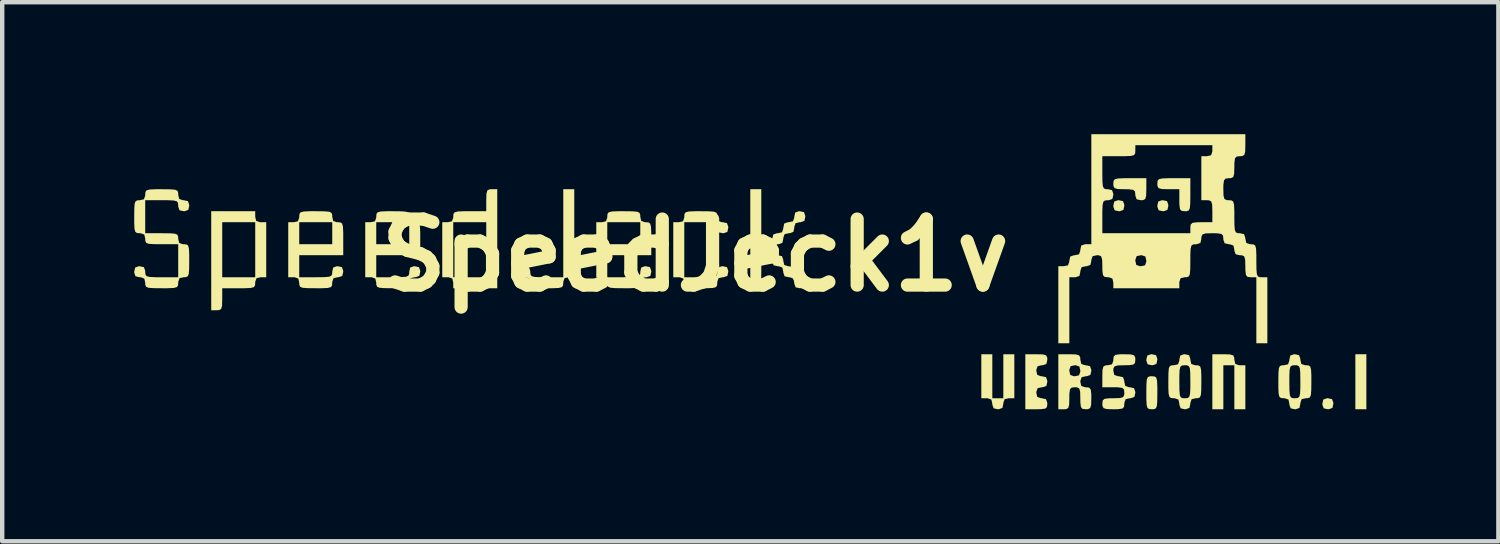
<source format=kicad_pcb>
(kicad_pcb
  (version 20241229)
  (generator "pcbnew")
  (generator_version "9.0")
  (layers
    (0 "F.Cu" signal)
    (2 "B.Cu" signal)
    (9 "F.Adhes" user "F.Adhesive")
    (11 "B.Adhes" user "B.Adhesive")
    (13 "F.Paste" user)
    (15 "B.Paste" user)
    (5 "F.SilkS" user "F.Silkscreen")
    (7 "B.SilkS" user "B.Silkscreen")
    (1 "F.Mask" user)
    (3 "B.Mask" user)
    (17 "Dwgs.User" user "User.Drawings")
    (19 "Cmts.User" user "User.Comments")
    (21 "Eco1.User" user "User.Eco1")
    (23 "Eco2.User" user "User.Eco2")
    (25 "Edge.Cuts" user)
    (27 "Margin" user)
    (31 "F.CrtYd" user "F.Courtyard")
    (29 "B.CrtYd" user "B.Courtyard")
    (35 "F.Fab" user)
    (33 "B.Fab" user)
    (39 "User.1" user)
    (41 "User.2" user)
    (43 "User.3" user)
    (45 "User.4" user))
  (footprint "SpeedJeck1v"
    (layer "F.Cu")
    (at 12.75 2.75)
    (property "Reference" "SpeedJeck1v" (at 0 0 0) (layer "F.SilkS") (effects (font (size 1.5 1.5) (thickness 0.3))))
    (attr board_only exclude_from_pos_files exclude_from_bom)
    (fp_poly (pts (xy 15.25 2.875) (xy 15.25 3.5) (xy 15.125 3.5) (xy 15 3.5) (xy 15 2.875) (xy 15 2.25) (xy 15.125 2.25) (xy 15.25 2.25)) (stroke (width 0) (type solid)) (fill yes) (layer "F.SilkS"))
    (fp_poly (pts (xy 9.72 -1.229) (xy 9.749 -1.148) (xy 9.75 -1.125) (xy 9.729 -1.03) (xy 9.648 -1.001) (xy 9.625 -1) (xy 9.53 -1.021) (xy 9.501 -1.102) (xy 9.5 -1.125) (xy 9.521 -1.22) (xy 9.602 -1.249) (xy 9.625 -1.25)) (stroke (width 0) (type solid)) (fill yes) (layer "F.SilkS"))
    (fp_poly (pts (xy 10.47 2.271) (xy 10.499 2.352) (xy 10.5 2.375) (xy 10.479 2.47) (xy 10.398 2.499) (xy 10.375 2.5) (xy 10.28 2.479) (xy 10.251 2.398) (xy 10.25 2.375) (xy 10.271 2.28) (xy 10.352 2.251) (xy 10.375 2.25)) (stroke (width 0) (type solid)) (fill yes) (layer "F.SilkS"))
    (fp_poly (pts (xy 10.72 -1.229) (xy 10.749 -1.148) (xy 10.75 -1.125) (xy 10.729 -1.03) (xy 10.648 -1.001) (xy 10.625 -1) (xy 10.53 -1.021) (xy 10.501 -1.102) (xy 10.5 -1.125) (xy 10.521 -1.22) (xy 10.602 -1.249) (xy 10.625 -1.25)) (stroke (width 0) (type solid)) (fill yes) (layer "F.SilkS"))
    (fp_poly (pts (xy 14.47 3.271) (xy 14.499 3.352) (xy 14.5 3.375) (xy 14.479 3.47) (xy 14.398 3.499) (xy 14.375 3.5) (xy 14.28 3.479) (xy 14.251 3.398) (xy 14.25 3.375) (xy 14.271 3.28) (xy 14.352 3.251) (xy 14.375 3.25)) (stroke (width 0) (type solid)) (fill yes) (layer "F.SilkS"))
    (fp_poly (pts (xy 10.439 2.755) (xy 10.476 2.783) (xy 10.494 2.855) (xy 10.5 2.993) (xy 10.5 3.125) (xy 10.498 3.316) (xy 10.489 3.428) (xy 10.465 3.481) (xy 10.419 3.499) (xy 10.375 3.5) (xy 10.311 3.495) (xy 10.274 3.467) (xy 10.256 3.395) (xy 10.25 3.257) (xy 10.25 3.125) (xy 10.252 2.934) (xy 10.261 2.822) (xy 10.285 2.769) (xy 10.331 2.751) (xy 10.375 2.75)) (stroke (width 0) (type solid)) (fill yes) (layer "F.SilkS"))
    (fp_poly (pts (xy 10.25 -1.5) (xy 10.246 -1.352) (xy 10.225 -1.278) (xy 10.175 -1.252) (xy 10.125 -1.25) (xy 10.03 -1.271) (xy 10.001 -1.352) (xy 10 -1.375) (xy 9.992 -1.449) (xy 9.951 -1.486) (xy 9.85 -1.499) (xy 9.75 -1.5) (xy 9.602 -1.504) (xy 9.528 -1.525) (xy 9.502 -1.575) (xy 9.5 -1.625) (xy 9.505 -1.689) (xy 9.533 -1.726) (xy 9.605 -1.744) (xy 9.743 -1.75) (xy 9.875 -1.75) (xy 10.25 -1.75)) (stroke (width 0) (type solid)) (fill yes) (layer "F.SilkS"))
    (fp_poly (pts (xy 11.25 -1.375) (xy 11.248 -1.184) (xy 11.239 -1.072) (xy 11.215 -1.019) (xy 11.169 -1.001) (xy 11.125 -1) (xy 11.051 -1.008) (xy 11.014 -1.049) (xy 11.001 -1.15) (xy 11 -1.25) (xy 11 -1.5) (xy 10.75 -1.5) (xy 10.602 -1.504) (xy 10.528 -1.525) (xy 10.502 -1.575) (xy 10.5 -1.625) (xy 10.505 -1.689) (xy 10.533 -1.726) (xy 10.605 -1.744) (xy 10.743 -1.75) (xy 10.875 -1.75) (xy 11.25 -1.75)) (stroke (width 0) (type solid)) (fill yes) (layer "F.SilkS"))
    (fp_poly (pts (xy 12.148 2.254) (xy 12.222 2.275) (xy 12.248 2.325) (xy 12.25 2.375) (xy 12.271 2.47) (xy 12.352 2.499) (xy 12.375 2.5) (xy 12.5 2.5) (xy 12.5 3) (xy 12.5 3.5) (xy 12.375 3.5) (xy 12.25 3.5) (xy 12.25 3) (xy 12.25 2.5) (xy 12.125 2.5) (xy 12 2.5) (xy 12 3) (xy 12 3.5) (xy 11.875 3.5) (xy 11.75 3.5) (xy 11.75 2.875) (xy 11.75 2.25) (xy 12 2.25)) (stroke (width 0) (type solid)) (fill yes) (layer "F.SilkS"))
    (fp_poly (pts (xy 6.75 2.75) (xy 6.75 3.25) (xy 6.875 3.25) (xy 7 3.25) (xy 7 2.75) (xy 7 2.25) (xy 7.125 2.25) (xy 7.25 2.25) (xy 7.25 2.75) (xy 7.25 3.25) (xy 7.125 3.25) (xy 7.03 3.271) (xy 7.001 3.352) (xy 7 3.375) (xy 6.979 3.47) (xy 6.898 3.499) (xy 6.875 3.5) (xy 6.78 3.479) (xy 6.751 3.398) (xy 6.75 3.375) (xy 6.729 3.28) (xy 6.648 3.251) (xy 6.625 3.25) (xy 6.5 3.25) (xy 6.5 2.75) (xy 6.5 2.25) (xy 6.625 2.25) (xy 6.75 2.25)) (stroke (width 0) (type solid)) (fill yes) (layer "F.SilkS"))
    (fp_poly (pts (xy 7.898 2.254) (xy 7.972 2.275) (xy 7.998 2.325) (xy 8 2.375) (xy 7.979 2.47) (xy 7.898 2.499) (xy 7.875 2.5) (xy 7.78 2.521) (xy 7.751 2.602) (xy 7.75 2.625) (xy 7.771 2.72) (xy 7.852 2.749) (xy 7.875 2.75) (xy 7.97 2.771) (xy 7.999 2.852) (xy 8 2.875) (xy 7.979 2.97) (xy 7.898 2.999) (xy 7.875 3) (xy 7.78 3.021) (xy 7.751 3.102) (xy 7.75 3.125) (xy 7.771 3.22) (xy 7.852 3.249) (xy 7.875 3.25) (xy 7.97 3.271) (xy 7.999 3.352) (xy 8 3.375) (xy 7.992 3.449) (xy 7.951 3.486) (xy 7.85 3.499) (xy 7.75 3.5) (xy 7.5 3.5) (xy 7.5 2.875) (xy 7.5 2.25) (xy 7.75 2.25)) (stroke (width 0) (type solid)) (fill yes) (layer "F.SilkS"))
    (fp_poly (pts (xy -4.5 -0.375) (xy -4.5 0.75) (xy -5 0.75) (xy -5.5 0.75) (xy -5.5 0.625) (xy -5.521 0.53) (xy -5.602 0.501) (xy -5.625 0.5) (xy -5.75 0.5) (xy -5.75 -0.125) (xy -5.5 -0.125) (xy -5.5 0.5) (xy -5.125 0.5) (xy -4.75 0.5) (xy -4.75 -0.125) (xy -4.75 -0.75) (xy -5.125 -0.75) (xy -5.5 -0.75) (xy -5.5 -0.125) (xy -5.75 -0.125) (xy -5.75 -0.75) (xy -5.625 -0.75) (xy -5.53 -0.771) (xy -5.501 -0.852) (xy -5.5 -0.875) (xy -5.495 -0.939) (xy -5.467 -0.976) (xy -5.395 -0.994) (xy -5.257 -1) (xy -5.125 -1) (xy -4.75 -1) (xy -4.75 -1.25) (xy -4.746 -1.398) (xy -4.725 -1.472) (xy -4.675 -1.498) (xy -4.625 -1.5) (xy -4.5 -1.5)) (stroke (width 0) (type solid)) (fill yes) (layer "F.SilkS"))
    (fp_poly (pts (xy -10 -0.875) (xy -9.979 -0.78) (xy -9.898 -0.751) (xy -9.875 -0.75) (xy -9.75 -0.75) (xy -9.75 -0.125) (xy -9.75 0.5) (xy -9.875 0.5) (xy -9.97 0.521) (xy -9.999 0.602) (xy -10 0.625) (xy -10.005 0.689) (xy -10.033 0.726) (xy -10.105 0.744) (xy -10.243 0.75) (xy -10.375 0.75) (xy -10.75 0.75) (xy -10.75 1) (xy -10.754 1.148) (xy -10.775 1.222) (xy -10.825 1.248) (xy -10.875 1.25) (xy -11 1.25) (xy -11 0.125) (xy -11 -0.125) (xy -10.75 -0.125) (xy -10.75 0.5) (xy -10.375 0.5) (xy -10 0.5) (xy -10 -0.125) (xy -10 -0.75) (xy -10.375 -0.75) (xy -10.75 -0.75) (xy -10.75 -0.125) (xy -11 -0.125) (xy -11 -1) (xy -10.5 -1) (xy -10 -1)) (stroke (width 0) (type solid)) (fill yes) (layer "F.SilkS"))
    (fp_poly (pts (xy -2.75 -0.5) (xy -2.75 0.5) (xy -2.875 0.5) (xy -2.97 0.521) (xy -2.999 0.602) (xy -3 0.625) (xy -3.005 0.689) (xy -3.033 0.726) (xy -3.105 0.744) (xy -3.243 0.75) (xy -3.375 0.75) (xy -3.566 0.748) (xy -3.678 0.739) (xy -3.731 0.715) (xy -3.749 0.669) (xy -3.75 0.625) (xy -3.771 0.53) (xy -3.852 0.501) (xy -3.875 0.5) (xy -3.97 0.479) (xy -3.999 0.398) (xy -4 0.375) (xy -3.979 0.28) (xy -3.898 0.251) (xy -3.875 0.25) (xy -3.78 0.271) (xy -3.751 0.352) (xy -3.75 0.375) (xy -3.745 0.439) (xy -3.717 0.476) (xy -3.645 0.494) (xy -3.507 0.5) (xy -3.375 0.5) (xy -3 0.5) (xy -3 -0.5) (xy -3 -1.5) (xy -2.875 -1.5) (xy -2.75 -1.5)) (stroke (width 0) (type solid)) (fill yes) (layer "F.SilkS"))
    (fp_poly (pts (xy 8.648 2.254) (xy 8.722 2.275) (xy 8.748 2.325) (xy 8.75 2.375) (xy 8.771 2.47) (xy 8.852 2.499) (xy 8.875 2.5) (xy 8.97 2.521) (xy 8.999 2.602) (xy 9 2.625) (xy 8.979 2.72) (xy 8.898 2.749) (xy 8.875 2.75) (xy 8.78 2.771) (xy 8.751 2.852) (xy 8.75 2.875) (xy 8.771 2.97) (xy 8.852 2.999) (xy 8.875 3) (xy 8.949 3.008) (xy 8.986 3.049) (xy 8.999 3.15) (xy 9 3.25) (xy 8.996 3.398) (xy 8.975 3.472) (xy 8.925 3.498) (xy 8.875 3.5) (xy 8.801 3.492) (xy 8.764 3.451) (xy 8.751 3.35) (xy 8.75 3.25) (xy 8.746 3.102) (xy 8.725 3.028) (xy 8.675 3.002) (xy 8.625 3) (xy 8.551 3.008) (xy 8.514 3.049) (xy 8.501 3.15) (xy 8.5 3.25) (xy 8.496 3.398) (xy 8.475 3.472) (xy 8.425 3.498) (xy 8.375 3.5) (xy 8.25 3.5) (xy 8.25 2.875) (xy 8.25 2.625) (xy 8.5 2.625) (xy 8.521 2.72) (xy 8.602 2.749) (xy 8.625 2.75) (xy 8.72 2.729) (xy 8.749 2.648) (xy 8.75 2.625) (xy 8.729 2.53) (xy 8.648 2.501) (xy 8.625 2.5) (xy 8.53 2.521) (xy 8.501 2.602) (xy 8.5 2.625) (xy 8.25 2.625) (xy 8.25 2.25) (xy 8.5 2.25)) (stroke (width 0) (type solid)) (fill yes) (layer "F.SilkS"))
    (fp_poly (pts (xy 9.898 2.254) (xy 9.972 2.275) (xy 9.998 2.325) (xy 10 2.375) (xy 9.992 2.449) (xy 9.951 2.486) (xy 9.85 2.499) (xy 9.75 2.5) (xy 9.602 2.504) (xy 9.528 2.525) (xy 9.502 2.575) (xy 9.5 2.625) (xy 9.521 2.72) (xy 9.602 2.749) (xy 9.625 2.75) (xy 9.72 2.771) (xy 9.749 2.852) (xy 9.75 2.875) (xy 9.771 2.97) (xy 9.852 2.999) (xy 9.875 3) (xy 9.97 3.021) (xy 9.999 3.102) (xy 10 3.125) (xy 9.979 3.22) (xy 9.898 3.249) (xy 9.875 3.25) (xy 9.78 3.271) (xy 9.751 3.352) (xy 9.75 3.375) (xy 9.742 3.449) (xy 9.701 3.486) (xy 9.6 3.499) (xy 9.5 3.5) (xy 9.352 3.496) (xy 9.278 3.475) (xy 9.252 3.425) (xy 9.25 3.375) (xy 9.258 3.301) (xy 9.299 3.264) (xy 9.4 3.251) (xy 9.5 3.25) (xy 9.648 3.246) (xy 9.722 3.225) (xy 9.748 3.175) (xy 9.75 3.125) (xy 9.742 3.051) (xy 9.701 3.014) (xy 9.6 3.001) (xy 9.5 3) (xy 9.25 3) (xy 9.25 2.75) (xy 9.254 2.602) (xy 9.275 2.528) (xy 9.325 2.502) (xy 9.375 2.5) (xy 9.47 2.479) (xy 9.499 2.398) (xy 9.5 2.375) (xy 9.508 2.301) (xy 9.549 2.264) (xy 9.65 2.251) (xy 9.75 2.25)) (stroke (width 0) (type solid)) (fill yes) (layer "F.SilkS"))
    (fp_poly (pts (xy 11.22 2.271) (xy 11.249 2.352) (xy 11.25 2.375) (xy 11.271 2.47) (xy 11.352 2.499) (xy 11.375 2.5) (xy 11.439 2.505) (xy 11.476 2.533) (xy 11.494 2.605) (xy 11.5 2.743) (xy 11.5 2.875) (xy 11.498 3.066) (xy 11.489 3.178) (xy 11.465 3.231) (xy 11.419 3.249) (xy 11.375 3.25) (xy 11.28 3.271) (xy 11.251 3.352) (xy 11.25 3.375) (xy 11.229 3.47) (xy 11.148 3.499) (xy 11.125 3.5) (xy 11.03 3.479) (xy 11.001 3.398) (xy 11 3.375) (xy 10.979 3.28) (xy 10.898 3.251) (xy 10.875 3.25) (xy 10.811 3.245) (xy 10.774 3.217) (xy 10.756 3.145) (xy 10.75 3.007) (xy 10.75 2.875) (xy 11 2.875) (xy 11.002 3.066) (xy 11.011 3.178) (xy 11.035 3.231) (xy 11.081 3.249) (xy 11.125 3.25) (xy 11.189 3.245) (xy 11.226 3.217) (xy 11.244 3.145) (xy 11.25 3.007) (xy 11.25 2.875) (xy 11.248 2.684) (xy 11.239 2.572) (xy 11.215 2.519) (xy 11.169 2.501) (xy 11.125 2.5) (xy 11.061 2.505) (xy 11.024 2.533) (xy 11.006 2.605) (xy 11 2.743) (xy 11 2.875) (xy 10.75 2.875) (xy 10.752 2.684) (xy 10.761 2.572) (xy 10.785 2.519) (xy 10.831 2.501) (xy 10.875 2.5) (xy 10.97 2.479) (xy 10.999 2.398) (xy 11 2.375) (xy 11.021 2.28) (xy 11.102 2.251) (xy 11.125 2.25)) (stroke (width 0) (type solid)) (fill yes) (layer "F.SilkS"))
    (fp_poly (pts (xy 13.72 2.271) (xy 13.749 2.352) (xy 13.75 2.375) (xy 13.771 2.47) (xy 13.852 2.499) (xy 13.875 2.5) (xy 13.939 2.505) (xy 13.976 2.533) (xy 13.994 2.605) (xy 14 2.743) (xy 14 2.875) (xy 13.998 3.066) (xy 13.989 3.178) (xy 13.965 3.231) (xy 13.919 3.249) (xy 13.875 3.25) (xy 13.78 3.271) (xy 13.751 3.352) (xy 13.75 3.375) (xy 13.729 3.47) (xy 13.648 3.499) (xy 13.625 3.5) (xy 13.53 3.479) (xy 13.501 3.398) (xy 13.5 3.375) (xy 13.479 3.28) (xy 13.398 3.251) (xy 13.375 3.25) (xy 13.311 3.245) (xy 13.274 3.217) (xy 13.256 3.145) (xy 13.25 3.007) (xy 13.25 2.875) (xy 13.5 2.875) (xy 13.502 3.066) (xy 13.511 3.178) (xy 13.535 3.231) (xy 13.581 3.249) (xy 13.625 3.25) (xy 13.689 3.245) (xy 13.726 3.217) (xy 13.744 3.145) (xy 13.75 3.007) (xy 13.75 2.875) (xy 13.748 2.684) (xy 13.739 2.572) (xy 13.715 2.519) (xy 13.669 2.501) (xy 13.625 2.5) (xy 13.561 2.505) (xy 13.524 2.533) (xy 13.506 2.605) (xy 13.5 2.743) (xy 13.5 2.875) (xy 13.25 2.875) (xy 13.252 2.684) (xy 13.261 2.572) (xy 13.285 2.519) (xy 13.331 2.501) (xy 13.375 2.5) (xy 13.47 2.479) (xy 13.499 2.398) (xy 13.5 2.375) (xy 13.521 2.28) (xy 13.602 2.251) (xy 13.625 2.25)) (stroke (width 0) (type solid)) (fill yes) (layer "F.SilkS"))
    (fp_poly (pts (xy 0.316 -0.998) (xy 0.428 -0.989) (xy 0.481 -0.965) (xy 0.499 -0.919) (xy 0.5 -0.875) (xy 0.521 -0.78) (xy 0.602 -0.751) (xy 0.625 -0.75) (xy 0.72 -0.729) (xy 0.749 -0.648) (xy 0.75 -0.625) (xy 0.729 -0.53) (xy 0.648 -0.501) (xy 0.625 -0.5) (xy 0.53 -0.521) (xy 0.501 -0.602) (xy 0.5 -0.625) (xy 0.495 -0.689) (xy 0.467 -0.726) (xy 0.395 -0.744) (xy 0.257 -0.75) (xy 0.125 -0.75) (xy -0.25 -0.75) (xy -0.25 -0.125) (xy -0.25 0.5) (xy 0.125 0.5) (xy 0.316 0.498) (xy 0.428 0.489) (xy 0.481 0.465) (xy 0.499 0.419) (xy 0.5 0.375) (xy 0.521 0.28) (xy 0.602 0.251) (xy 0.625 0.25) (xy 0.72 0.271) (xy 0.749 0.352) (xy 0.75 0.375) (xy 0.729 0.47) (xy 0.648 0.499) (xy 0.625 0.5) (xy 0.53 0.521) (xy 0.501 0.602) (xy 0.5 0.625) (xy 0.495 0.689) (xy 0.467 0.726) (xy 0.395 0.744) (xy 0.257 0.75) (xy 0.125 0.75) (xy -0.066 0.748) (xy -0.178 0.739) (xy -0.231 0.715) (xy -0.249 0.669) (xy -0.25 0.625) (xy -0.271 0.53) (xy -0.352 0.501) (xy -0.375 0.5) (xy -0.5 0.5) (xy -0.5 -0.125) (xy -0.5 -0.75) (xy -0.375 -0.75) (xy -0.28 -0.771) (xy -0.251 -0.852) (xy -0.25 -0.875) (xy -0.245 -0.939) (xy -0.217 -0.976) (xy -0.145 -0.994) (xy -0.007 -1) (xy 0.125 -1)) (stroke (width 0) (type solid)) (fill yes) (layer "F.SilkS"))
    (fp_poly (pts (xy -8.434 -0.998) (xy -8.322 -0.989) (xy -8.269 -0.965) (xy -8.251 -0.919) (xy -8.25 -0.875) (xy -8.229 -0.78) (xy -8.148 -0.751) (xy -8.125 -0.75) (xy -8.061 -0.745) (xy -8.024 -0.717) (xy -8.006 -0.645) (xy -8 -0.507) (xy -8 -0.375) (xy -8 0) (xy -8.5 0) (xy -9 0) (xy -9 0.25) (xy -9 0.5) (xy -8.625 0.5) (xy -8.434 0.498) (xy -8.322 0.489) (xy -8.269 0.465) (xy -8.251 0.419) (xy -8.25 0.375) (xy -8.229 0.28) (xy -8.148 0.251) (xy -8.125 0.25) (xy -8.03 0.271) (xy -8.001 0.352) (xy -8 0.375) (xy -8.021 0.47) (xy -8.102 0.499) (xy -8.125 0.5) (xy -8.22 0.521) (xy -8.249 0.602) (xy -8.25 0.625) (xy -8.255 0.689) (xy -8.283 0.726) (xy -8.355 0.744) (xy -8.493 0.75) (xy -8.625 0.75) (xy -8.816 0.748) (xy -8.928 0.739) (xy -8.981 0.715) (xy -8.999 0.669) (xy -9 0.625) (xy -9.021 0.53) (xy -9.102 0.501) (xy -9.125 0.5) (xy -9.25 0.5) (xy -9.25 -0.125) (xy -9.25 -0.5) (xy -9 -0.5) (xy -9 -0.25) (xy -8.625 -0.25) (xy -8.25 -0.25) (xy -8.25 -0.5) (xy -8.25 -0.75) (xy -8.625 -0.75) (xy -9 -0.75) (xy -9 -0.5) (xy -9.25 -0.5) (xy -9.25 -0.75) (xy -9.125 -0.75) (xy -9.03 -0.771) (xy -9.001 -0.852) (xy -9 -0.875) (xy -8.995 -0.939) (xy -8.967 -0.976) (xy -8.895 -0.994) (xy -8.757 -1) (xy -8.625 -1)) (stroke (width 0) (type solid)) (fill yes) (layer "F.SilkS"))
    (fp_poly (pts (xy -6.684 -0.998) (xy -6.572 -0.989) (xy -6.519 -0.965) (xy -6.501 -0.919) (xy -6.5 -0.875) (xy -6.479 -0.78) (xy -6.398 -0.751) (xy -6.375 -0.75) (xy -6.311 -0.745) (xy -6.274 -0.717) (xy -6.256 -0.645) (xy -6.25 -0.507) (xy -6.25 -0.375) (xy -6.25 0) (xy -6.75 0) (xy -7.25 0) (xy -7.25 0.25) (xy -7.25 0.5) (xy -6.875 0.5) (xy -6.684 0.498) (xy -6.572 0.489) (xy -6.519 0.465) (xy -6.501 0.419) (xy -6.5 0.375) (xy -6.479 0.28) (xy -6.398 0.251) (xy -6.375 0.25) (xy -6.28 0.271) (xy -6.251 0.352) (xy -6.25 0.375) (xy -6.271 0.47) (xy -6.352 0.499) (xy -6.375 0.5) (xy -6.47 0.521) (xy -6.499 0.602) (xy -6.5 0.625) (xy -6.505 0.689) (xy -6.533 0.726) (xy -6.605 0.744) (xy -6.743 0.75) (xy -6.875 0.75) (xy -7.066 0.748) (xy -7.178 0.739) (xy -7.231 0.715) (xy -7.249 0.669) (xy -7.25 0.625) (xy -7.271 0.53) (xy -7.352 0.501) (xy -7.375 0.5) (xy -7.5 0.5) (xy -7.5 -0.125) (xy -7.5 -0.5) (xy -7.25 -0.5) (xy -7.25 -0.25) (xy -6.875 -0.25) (xy -6.5 -0.25) (xy -6.5 -0.5) (xy -6.5 -0.75) (xy -6.875 -0.75) (xy -7.25 -0.75) (xy -7.25 -0.5) (xy -7.5 -0.5) (xy -7.5 -0.75) (xy -7.375 -0.75) (xy -7.28 -0.771) (xy -7.251 -0.852) (xy -7.25 -0.875) (xy -7.245 -0.939) (xy -7.217 -0.976) (xy -7.145 -0.994) (xy -7.007 -1) (xy -6.875 -1)) (stroke (width 0) (type solid)) (fill yes) (layer "F.SilkS"))
    (fp_poly (pts (xy -1.434 -0.998) (xy -1.322 -0.989) (xy -1.269 -0.965) (xy -1.251 -0.919) (xy -1.25 -0.875) (xy -1.229 -0.78) (xy -1.148 -0.751) (xy -1.125 -0.75) (xy -1.061 -0.745) (xy -1.024 -0.717) (xy -1.006 -0.645) (xy -1 -0.507) (xy -1 -0.375) (xy -1 0) (xy -1.5 0) (xy -2 0) (xy -2 0.25) (xy -2 0.5) (xy -1.625 0.5) (xy -1.434 0.498) (xy -1.322 0.489) (xy -1.269 0.465) (xy -1.251 0.419) (xy -1.25 0.375) (xy -1.229 0.28) (xy -1.148 0.251) (xy -1.125 0.25) (xy -1.03 0.271) (xy -1.001 0.352) (xy -1 0.375) (xy -1.021 0.47) (xy -1.102 0.499) (xy -1.125 0.5) (xy -1.22 0.521) (xy -1.249 0.602) (xy -1.25 0.625) (xy -1.255 0.689) (xy -1.283 0.726) (xy -1.355 0.744) (xy -1.493 0.75) (xy -1.625 0.75) (xy -1.816 0.748) (xy -1.928 0.739) (xy -1.981 0.715) (xy -1.999 0.669) (xy -2 0.625) (xy -2.021 0.53) (xy -2.102 0.501) (xy -2.125 0.5) (xy -2.25 0.5) (xy -2.25 -0.125) (xy -2.25 -0.5) (xy -2 -0.5) (xy -2 -0.25) (xy -1.625 -0.25) (xy -1.25 -0.25) (xy -1.25 -0.5) (xy -1.25 -0.75) (xy -1.625 -0.75) (xy -2 -0.75) (xy -2 -0.5) (xy -2.25 -0.5) (xy -2.25 -0.75) (xy -2.125 -0.75) (xy -2.03 -0.771) (xy -2.001 -0.852) (xy -2 -0.875) (xy -1.995 -0.939) (xy -1.967 -0.976) (xy -1.895 -0.994) (xy -1.757 -1) (xy -1.625 -1)) (stroke (width 0) (type solid)) (fill yes) (layer "F.SilkS"))
    (fp_poly (pts (xy 1.5 -0.875) (xy 1.5 -0.25) (xy 1.625 -0.25) (xy 1.72 -0.271) (xy 1.749 -0.352) (xy 1.75 -0.375) (xy 1.771 -0.47) (xy 1.852 -0.499) (xy 1.875 -0.5) (xy 1.97 -0.521) (xy 1.999 -0.602) (xy 2 -0.625) (xy 2.021 -0.72) (xy 2.102 -0.749) (xy 2.125 -0.75) (xy 2.22 -0.771) (xy 2.249 -0.852) (xy 2.25 -0.875) (xy 2.271 -0.97) (xy 2.352 -0.999) (xy 2.375 -1) (xy 2.47 -0.979) (xy 2.499 -0.898) (xy 2.5 -0.875) (xy 2.479 -0.78) (xy 2.398 -0.751) (xy 2.375 -0.75) (xy 2.28 -0.729) (xy 2.251 -0.648) (xy 2.25 -0.625) (xy 2.229 -0.53) (xy 2.148 -0.501) (xy 2.125 -0.5) (xy 2.03 -0.479) (xy 2.001 -0.398) (xy 2 -0.375) (xy 1.979 -0.28) (xy 1.898 -0.251) (xy 1.875 -0.25) (xy 1.78 -0.229) (xy 1.751 -0.148) (xy 1.75 -0.125) (xy 1.771 -0.03) (xy 1.852 -0.001) (xy 1.875 0) (xy 1.97 0.021) (xy 1.999 0.102) (xy 2 0.125) (xy 2.021 0.22) (xy 2.102 0.249) (xy 2.125 0.25) (xy 2.22 0.271) (xy 2.249 0.352) (xy 2.25 0.375) (xy 2.271 0.47) (xy 2.352 0.499) (xy 2.375 0.5) (xy 2.47 0.521) (xy 2.499 0.602) (xy 2.5 0.625) (xy 2.479 0.72) (xy 2.398 0.749) (xy 2.375 0.75) (xy 2.28 0.729) (xy 2.251 0.648) (xy 2.25 0.625) (xy 2.229 0.53) (xy 2.148 0.501) (xy 2.125 0.5) (xy 2.03 0.479) (xy 2.001 0.398) (xy 2 0.375) (xy 1.979 0.28) (xy 1.898 0.251) (xy 1.875 0.25) (xy 1.78 0.229) (xy 1.751 0.148) (xy 1.75 0.125) (xy 1.729 0.03) (xy 1.648 0.001) (xy 1.625 0) (xy 1.561 0.005) (xy 1.524 0.033) (xy 1.506 0.105) (xy 1.5 0.243) (xy 1.5 0.375) (xy 1.498 0.566) (xy 1.489 0.678) (xy 1.465 0.731) (xy 1.419 0.749) (xy 1.375 0.75) (xy 1.25 0.75) (xy 1.25 -0.375) (xy 1.25 -1.5) (xy 1.375 -1.5) (xy 1.5 -1.5)) (stroke (width 0) (type solid)) (fill yes) (layer "F.SilkS"))
    (fp_poly (pts (xy -11.934 -1.498) (xy -11.822 -1.489) (xy -11.769 -1.465) (xy -11.751 -1.419) (xy -11.75 -1.375) (xy -11.729 -1.28) (xy -11.648 -1.251) (xy -11.625 -1.25) (xy -11.53 -1.229) (xy -11.501 -1.148) (xy -11.5 -1.125) (xy -11.521 -1.03) (xy -11.602 -1.001) (xy -11.625 -1) (xy -11.72 -1.021) (xy -11.749 -1.102) (xy -11.75 -1.125) (xy -11.755 -1.189) (xy -11.783 -1.226) (xy -11.855 -1.244) (xy -11.993 -1.25) (xy -12.125 -1.25) (xy -12.5 -1.25) (xy -12.5 -0.875) (xy -12.5 -0.5) (xy -12.125 -0.5) (xy -11.934 -0.498) (xy -11.822 -0.489) (xy -11.769 -0.465) (xy -11.751 -0.419) (xy -11.75 -0.375) (xy -11.729 -0.28) (xy -11.648 -0.251) (xy -11.625 -0.25) (xy -11.561 -0.245) (xy -11.524 -0.217) (xy -11.506 -0.145) (xy -11.5 -0.007) (xy -11.5 0.125) (xy -11.502 0.316) (xy -11.511 0.428) (xy -11.535 0.481) (xy -11.581 0.499) (xy -11.625 0.5) (xy -11.72 0.521) (xy -11.749 0.602) (xy -11.75 0.625) (xy -11.755 0.689) (xy -11.783 0.726) (xy -11.855 0.744) (xy -11.993 0.75) (xy -12.125 0.75) (xy -12.316 0.748) (xy -12.428 0.739) (xy -12.481 0.715) (xy -12.499 0.669) (xy -12.5 0.625) (xy -12.521 0.53) (xy -12.602 0.501) (xy -12.625 0.5) (xy -12.72 0.479) (xy -12.749 0.398) (xy -12.75 0.375) (xy -12.729 0.28) (xy -12.648 0.251) (xy -12.625 0.25) (xy -12.53 0.271) (xy -12.501 0.352) (xy -12.5 0.375) (xy -12.495 0.439) (xy -12.467 0.476) (xy -12.395 0.494) (xy -12.257 0.5) (xy -12.125 0.5) (xy -11.75 0.5) (xy -11.75 0.125) (xy -11.75 -0.25) (xy -12.125 -0.25) (xy -12.316 -0.252) (xy -12.428 -0.261) (xy -12.481 -0.285) (xy -12.499 -0.331) (xy -12.5 -0.375) (xy -12.521 -0.47) (xy -12.602 -0.499) (xy -12.625 -0.5) (xy -12.689 -0.505) (xy -12.726 -0.533) (xy -12.744 -0.605) (xy -12.75 -0.743) (xy -12.75 -0.875) (xy -12.748 -1.066) (xy -12.739 -1.178) (xy -12.715 -1.231) (xy -12.669 -1.249) (xy -12.625 -1.25) (xy -12.53 -1.271) (xy -12.501 -1.352) (xy -12.5 -1.375) (xy -12.495 -1.439) (xy -12.467 -1.476) (xy -12.395 -1.494) (xy -12.257 -1.5) (xy -12.125 -1.5)) (stroke (width 0) (type solid)) (fill yes) (layer "F.SilkS"))
    (fp_poly (pts (xy 12.5 -2.5) (xy 12.496 -2.352) (xy 12.475 -2.278) (xy 12.425 -2.252) (xy 12.375 -2.25) (xy 12.301 -2.242) (xy 12.264 -2.201) (xy 12.251 -2.1) (xy 12.25 -2) (xy 12.246 -1.852) (xy 12.225 -1.778) (xy 12.175 -1.752) (xy 12.125 -1.75) (xy 12.051 -1.742) (xy 12.014 -1.701) (xy 12.001 -1.6) (xy 12 -1.5) (xy 12.004 -1.352) (xy 12.025 -1.278) (xy 12.075 -1.252) (xy 12.125 -1.25) (xy 12.189 -1.245) (xy 12.226 -1.217) (xy 12.244 -1.145) (xy 12.25 -1.007) (xy 12.25 -0.875) (xy 12.252 -0.684) (xy 12.261 -0.572) (xy 12.285 -0.519) (xy 12.331 -0.501) (xy 12.375 -0.5) (xy 12.47 -0.479) (xy 12.499 -0.398) (xy 12.5 -0.375) (xy 12.521 -0.28) (xy 12.602 -0.251) (xy 12.625 -0.25) (xy 12.689 -0.245) (xy 12.726 -0.217) (xy 12.744 -0.145) (xy 12.75 -0.007) (xy 12.75 0.125) (xy 12.752 0.316) (xy 12.761 0.428) (xy 12.785 0.481) (xy 12.831 0.499) (xy 12.875 0.5) (xy 13 0.5) (xy 13 1.25) (xy 13 2) (xy 12.875 2) (xy 12.75 2) (xy 12.75 1.25) (xy 12.75 0.5) (xy 12.625 0.5) (xy 12.551 0.492) (xy 12.514 0.451) (xy 12.501 0.35) (xy 12.5 0.25) (xy 12.496 0.102) (xy 12.475 0.028) (xy 12.425 0.002) (xy 12.375 0) (xy 12.28 -0.021) (xy 12.251 -0.102) (xy 12.25 -0.125) (xy 12.229 -0.22) (xy 12.148 -0.249) (xy 12.125 -0.25) (xy 12.03 -0.271) (xy 12.001 -0.352) (xy 12 -0.375) (xy 11.992 -0.449) (xy 11.951 -0.486) (xy 11.85 -0.499) (xy 11.75 -0.5) (xy 11.602 -0.496) (xy 11.528 -0.475) (xy 11.502 -0.425) (xy 11.5 -0.375) (xy 11.479 -0.28) (xy 11.398 -0.251) (xy 11.375 -0.25) (xy 11.311 -0.245) (xy 11.274 -0.217) (xy 11.256 -0.145) (xy 11.25 -0.007) (xy 11.25 0.125) (xy 11.248 0.316) (xy 11.239 0.428) (xy 11.215 0.481) (xy 11.169 0.499) (xy 11.125 0.5) (xy 11.03 0.521) (xy 11.001 0.602) (xy 11 0.625) (xy 11 0.75) (xy 10.25 0.75) (xy 9.5 0.75) (xy 9.5 0.625) (xy 9.479 0.53) (xy 9.398 0.501) (xy 9.375 0.5) (xy 9.301 0.492) (xy 9.264 0.451) (xy 9.251 0.35) (xy 9.25 0.25) (xy 9.247 0.125) (xy 10 0.125) (xy 10.021 0.22) (xy 10.102 0.249) (xy 10.125 0.25) (xy 10.22 0.229) (xy 10.249 0.148) (xy 10.25 0.125) (xy 10.229 0.03) (xy 10.148 0.001) (xy 10.125 0) (xy 10.03 0.021) (xy 10.001 0.102) (xy 10 0.125) (xy 9.247 0.125) (xy 9.246 0.102) (xy 9.225 0.028) (xy 9.175 0.002) (xy 9.125 0) (xy 9.03 0.021) (xy 9.001 0.102) (xy 9 0.125) (xy 8.979 0.22) (xy 8.898 0.249) (xy 8.875 0.25) (xy 8.78 0.271) (xy 8.751 0.352) (xy 8.75 0.375) (xy 8.729 0.47) (xy 8.648 0.499) (xy 8.625 0.5) (xy 8.5 0.5) (xy 8.5 1.25) (xy 8.5 2) (xy 8.375 2) (xy 8.25 2) (xy 8.25 1.125) (xy 8.25 0.25) (xy 8.375 0.25) (xy 8.47 0.229) (xy 8.499 0.148) (xy 8.5 0.125) (xy 8.521 0.03) (xy 8.602 0.001) (xy 8.625 0) (xy 8.72 -0.021) (xy 8.749 -0.102) (xy 8.75 -0.125) (xy 8.771 -0.22) (xy 8.852 -0.249) (xy 8.875 -0.25) (xy 9 -0.25) (xy 9 -1.5) (xy 9 -2.25) (xy 9.25 -2.25) (xy 9.25 -1.875) (xy 9.252 -1.684) (xy 9.261 -1.572) (xy 9.285 -1.519) (xy 9.331 -1.501) (xy 9.375 -1.5) (xy 9.47 -1.479) (xy 9.499 -1.398) (xy 9.5 -1.375) (xy 9.479 -1.28) (xy 9.398 -1.251) (xy 9.375 -1.25) (xy 9.311 -1.245) (xy 9.274 -1.217) (xy 9.256 -1.145) (xy 9.25 -1.007) (xy 9.25 -0.875) (xy 9.25 -0.5) (xy 10.25 -0.5) (xy 11.25 -0.5) (xy 11.25 -0.625) (xy 11.258 -0.699) (xy 11.299 -0.736) (xy 11.4 -0.749) (xy 11.5 -0.75) (xy 11.75 -0.75) (xy 11.75 -1) (xy 11.746 -1.148) (xy 11.725 -1.222) (xy 11.675 -1.248) (xy 11.625 -1.25) (xy 11.5 -1.25) (xy 11.5 -1.75) (xy 11.5 -2.25) (xy 11.625 -2.25) (xy 11.72 -2.271) (xy 11.749 -2.352) (xy 11.75 -2.375) (xy 11.75 -2.5) (xy 10.875 -2.5) (xy 10 -2.5) (xy 10 -2.375) (xy 9.995 -2.311) (xy 9.967 -2.274) (xy 9.895 -2.256) (xy 9.757 -2.25) (xy 9.625 -2.25) (xy 9.25 -2.25) (xy 9 -2.25) (xy 9 -2.75) (xy 10.75 -2.75) (xy 12.5 -2.75)) (stroke (width 0) (type solid)) (fill yes) (layer "F.SilkS")))
  (gr_rect
    (start -3 -3)
    (end 31 9.25)
    (stroke (width 0.1) (type default))
    (fill no)
    (layer "Edge.Cuts")))
</source>
